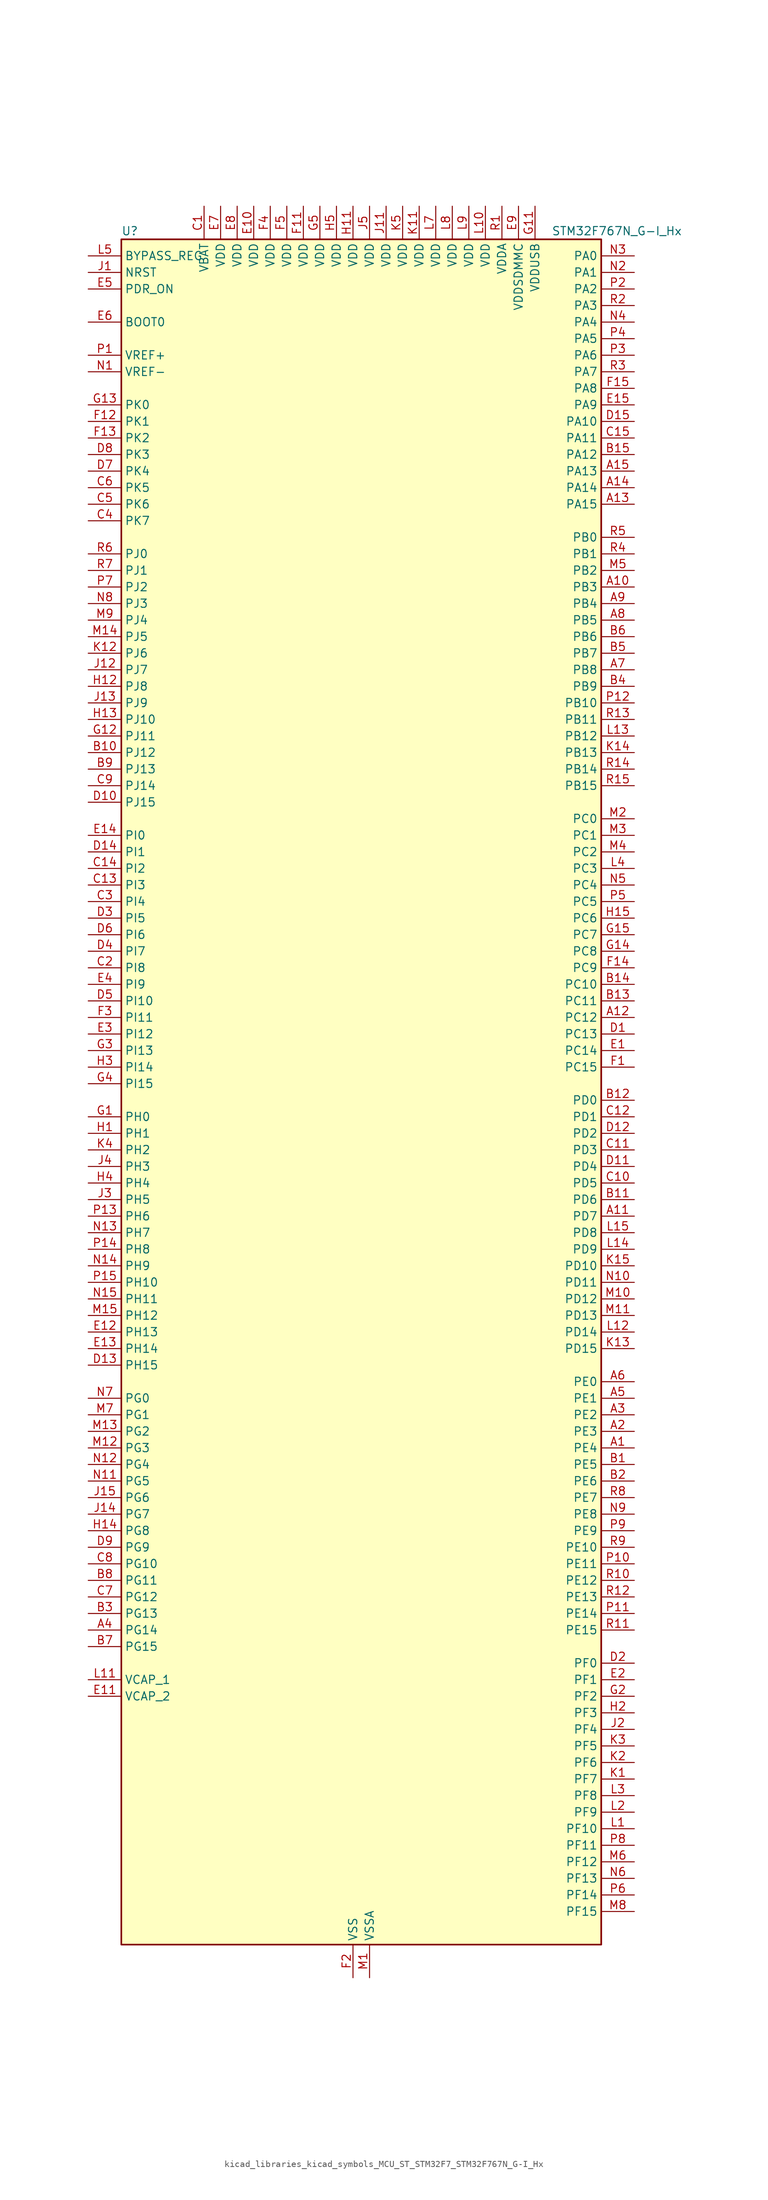
<source format=kicad_sym>
(kicad_symbol_lib
  (version 20220914)
  (generator kicad_symbol_editor)
  (symbol "kicad_libraries_kicad_symbols_MCU_ST_STM32F7_STM32F767N_G-I_Hx"
    (property "Reference" "U"
      (at -35.56 133.35 0)
      (effects (font (size 1.27 1.27)) (justify left)))
    (property "Value" "STM32F767N_G-I_Hx"
      (at 30.48 133.35 0)
      (effects (font (size 1.27 1.27)) (justify left)))
    (property "ki_locked" ""
      (at 0 0 0)
      (effects (font (size 1.27 1.27))))
    (symbol "kicad_libraries_kicad_symbols_MCU_ST_STM32F7_STM32F767N_G-I_Hx_0_1"
      (rectangle (start -35.56 -129.54) (end 38.1 132.08) (stroke (width 0.254) (type default)) (fill (type background))))
    (symbol "kicad_libraries_kicad_symbols_MCU_ST_STM32F7_STM32F767N_G-I_Hx_1_1"
      (pin bidirectional line (at 43.18 -53.34 180) (length 5.08) (name "PE4" (effects (font (size 1.27 1.27)))) (number "A1" (effects (font (size 1.27 1.27)))) (alternate "DCMI_D4" bidirectional line) (alternate "DFSDM1_DATIN3" bidirectional line) (alternate "FMC_A20" bidirectional line) (alternate "LTDC_B0" bidirectional line) (alternate "SAI1_FS_A" bidirectional line) (alternate "SPI4_NSS" bidirectional line) (alternate "SYS_TRACED1" bidirectional line))
      (pin bidirectional line (at 43.18 78.74 180) (length 5.08) (name "PB3" (effects (font (size 1.27 1.27)))) (number "A10" (effects (font (size 1.27 1.27)))) (alternate "CAN3_RX" bidirectional line) (alternate "I2S1_CK" bidirectional line) (alternate "I2S3_CK" bidirectional line) (alternate "SDMMC2_D2" bidirectional line) (alternate "SPI1_SCK" bidirectional line) (alternate "SPI3_SCK" bidirectional line) (alternate "SPI6_SCK" bidirectional line) (alternate "SYS_JTDO-SWO" bidirectional line) (alternate "TIM2_CH2" bidirectional line) (alternate "UART7_RX" bidirectional line))
      (pin bidirectional line (at 43.18 -17.78 180) (length 5.08) (name "PD7" (effects (font (size 1.27 1.27)))) (number "A11" (effects (font (size 1.27 1.27)))) (alternate "DFSDM1_CKIN1" bidirectional line) (alternate "DFSDM1_DATIN4" bidirectional line) (alternate "FMC_NE1" bidirectional line) (alternate "I2S1_SD" bidirectional line) (alternate "SDMMC2_CMD" bidirectional line) (alternate "SPDIFRX_IN0" bidirectional line) (alternate "SPI1_MOSI" bidirectional line) (alternate "USART2_CK" bidirectional line))
      (pin bidirectional line (at 43.18 12.7 180) (length 5.08) (name "PC12" (effects (font (size 1.27 1.27)))) (number "A12" (effects (font (size 1.27 1.27)))) (alternate "DCMI_D9" bidirectional line) (alternate "I2S3_SD" bidirectional line) (alternate "SDMMC1_CK" bidirectional line) (alternate "SPI3_MOSI" bidirectional line) (alternate "SYS_TRACED3" bidirectional line) (alternate "UART5_TX" bidirectional line) (alternate "USART3_CK" bidirectional line))
      (pin bidirectional line (at 43.18 91.44 180) (length 5.08) (name "PA15" (effects (font (size 1.27 1.27)))) (number "A13" (effects (font (size 1.27 1.27)))) (alternate "CAN3_TX" bidirectional line) (alternate "CEC" bidirectional line) (alternate "I2S1_WS" bidirectional line) (alternate "I2S3_WS" bidirectional line) (alternate "SPI1_NSS" bidirectional line) (alternate "SPI3_NSS" bidirectional line) (alternate "SPI6_NSS" bidirectional line) (alternate "SYS_JTDI" bidirectional line) (alternate "TIM2_CH1" bidirectional line) (alternate "TIM2_ETR" bidirectional line) (alternate "UART4_DE" bidirectional line) (alternate "UART4_RTS" bidirectional line) (alternate "UART7_TX" bidirectional line))
      (pin bidirectional line (at 43.18 93.98 180) (length 5.08) (name "PA14" (effects (font (size 1.27 1.27)))) (number "A14" (effects (font (size 1.27 1.27)))) (alternate "SYS_JTCK-SWCLK" bidirectional line))
      (pin bidirectional line (at 43.18 96.52 180) (length 5.08) (name "PA13" (effects (font (size 1.27 1.27)))) (number "A15" (effects (font (size 1.27 1.27)))) (alternate "SYS_JTMS-SWDIO" bidirectional line))
      (pin bidirectional line (at 43.18 -50.8 180) (length 5.08) (name "PE3" (effects (font (size 1.27 1.27)))) (number "A2" (effects (font (size 1.27 1.27)))) (alternate "FMC_A19" bidirectional line) (alternate "SAI1_SD_B" bidirectional line) (alternate "SYS_TRACED0" bidirectional line))
      (pin bidirectional line (at 43.18 -48.26 180) (length 5.08) (name "PE2" (effects (font (size 1.27 1.27)))) (number "A3" (effects (font (size 1.27 1.27)))) (alternate "ETH_TXD3" bidirectional line) (alternate "FMC_A23" bidirectional line) (alternate "QUADSPI_BK1_IO2" bidirectional line) (alternate "SAI1_MCLK_A" bidirectional line) (alternate "SPI4_SCK" bidirectional line) (alternate "SYS_TRACECLK" bidirectional line))
      (pin bidirectional line (at -40.64 -81.28 0) (length 5.08) (name "PG14" (effects (font (size 1.27 1.27)))) (number "A4" (effects (font (size 1.27 1.27)))) (alternate "ETH_TXD1" bidirectional line) (alternate "FMC_A25" bidirectional line) (alternate "LPTIM1_ETR" bidirectional line) (alternate "LTDC_B0" bidirectional line) (alternate "QUADSPI_BK2_IO3" bidirectional line) (alternate "SPI6_MOSI" bidirectional line) (alternate "SYS_TRACED1" bidirectional line) (alternate "USART6_TX" bidirectional line))
      (pin bidirectional line (at 43.18 -45.72 180) (length 5.08) (name "PE1" (effects (font (size 1.27 1.27)))) (number "A5" (effects (font (size 1.27 1.27)))) (alternate "DCMI_D3" bidirectional line) (alternate "FMC_NBL1" bidirectional line) (alternate "LPTIM1_IN2" bidirectional line) (alternate "UART8_TX" bidirectional line))
      (pin bidirectional line (at 43.18 -43.18 180) (length 5.08) (name "PE0" (effects (font (size 1.27 1.27)))) (number "A6" (effects (font (size 1.27 1.27)))) (alternate "DCMI_D2" bidirectional line) (alternate "FMC_NBL0" bidirectional line) (alternate "LPTIM1_ETR" bidirectional line) (alternate "SAI2_MCLK_A" bidirectional line) (alternate "TIM4_ETR" bidirectional line) (alternate "UART8_RX" bidirectional line))
      (pin bidirectional line (at 43.18 66.04 180) (length 5.08) (name "PB8" (effects (font (size 1.27 1.27)))) (number "A7" (effects (font (size 1.27 1.27)))) (alternate "CAN1_RX" bidirectional line) (alternate "DCMI_D6" bidirectional line) (alternate "DFSDM1_CKIN7" bidirectional line) (alternate "ETH_TXD3" bidirectional line) (alternate "I2C1_SCL" bidirectional line) (alternate "I2C4_SCL" bidirectional line) (alternate "LTDC_B6" bidirectional line) (alternate "SDMMC1_D4" bidirectional line) (alternate "SDMMC2_D4" bidirectional line) (alternate "TIM10_CH1" bidirectional line) (alternate "TIM4_CH3" bidirectional line) (alternate "UART5_RX" bidirectional line))
      (pin bidirectional line (at 43.18 73.66 180) (length 5.08) (name "PB5" (effects (font (size 1.27 1.27)))) (number "A8" (effects (font (size 1.27 1.27)))) (alternate "CAN2_RX" bidirectional line) (alternate "DCMI_D10" bidirectional line) (alternate "ETH_PPS_OUT" bidirectional line) (alternate "FMC_SDCKE1" bidirectional line) (alternate "I2C1_SMBA" bidirectional line) (alternate "I2S1_SD" bidirectional line) (alternate "I2S3_SD" bidirectional line) (alternate "LTDC_G7" bidirectional line) (alternate "SPI1_MOSI" bidirectional line) (alternate "SPI3_MOSI" bidirectional line) (alternate "SPI6_MOSI" bidirectional line) (alternate "TIM3_CH2" bidirectional line) (alternate "UART5_RX" bidirectional line) (alternate "USB_OTG_HS_ULPI_D7" bidirectional line))
      (pin bidirectional line (at 43.18 76.2 180) (length 5.08) (name "PB4" (effects (font (size 1.27 1.27)))) (number "A9" (effects (font (size 1.27 1.27)))) (alternate "CAN3_TX" bidirectional line) (alternate "I2S2_WS" bidirectional line) (alternate "SDMMC2_D3" bidirectional line) (alternate "SPI1_MISO" bidirectional line) (alternate "SPI2_NSS" bidirectional line) (alternate "SPI3_MISO" bidirectional line) (alternate "SPI6_MISO" bidirectional line) (alternate "SYS_JTRST" bidirectional line) (alternate "TIM3_CH1" bidirectional line) (alternate "UART7_TX" bidirectional line))
      (pin bidirectional line (at 43.18 -55.88 180) (length 5.08) (name "PE5" (effects (font (size 1.27 1.27)))) (number "B1" (effects (font (size 1.27 1.27)))) (alternate "DCMI_D6" bidirectional line) (alternate "DFSDM1_CKIN3" bidirectional line) (alternate "FMC_A21" bidirectional line) (alternate "LTDC_G0" bidirectional line) (alternate "SAI1_SCK_A" bidirectional line) (alternate "SPI4_MISO" bidirectional line) (alternate "SYS_TRACED2" bidirectional line) (alternate "TIM9_CH1" bidirectional line))
      (pin bidirectional line (at -40.64 53.34 0) (length 5.08) (name "PJ12" (effects (font (size 1.27 1.27)))) (number "B10" (effects (font (size 1.27 1.27)))) (alternate "LTDC_B0" bidirectional line) (alternate "LTDC_G3" bidirectional line))
      (pin bidirectional line (at 43.18 -15.24 180) (length 5.08) (name "PD6" (effects (font (size 1.27 1.27)))) (number "B11" (effects (font (size 1.27 1.27)))) (alternate "DCMI_D10" bidirectional line) (alternate "DFSDM1_CKIN4" bidirectional line) (alternate "DFSDM1_DATIN1" bidirectional line) (alternate "FMC_NWAIT" bidirectional line) (alternate "I2S3_SD" bidirectional line) (alternate "LTDC_B2" bidirectional line) (alternate "SAI1_SD_A" bidirectional line) (alternate "SDMMC2_CK" bidirectional line) (alternate "SPI3_MOSI" bidirectional line) (alternate "USART2_RX" bidirectional line))
      (pin bidirectional line (at 43.18 0 180) (length 5.08) (name "PD0" (effects (font (size 1.27 1.27)))) (number "B12" (effects (font (size 1.27 1.27)))) (alternate "CAN1_RX" bidirectional line) (alternate "DFSDM1_CKIN6" bidirectional line) (alternate "DFSDM1_DATIN7" bidirectional line) (alternate "FMC_D2" bidirectional line) (alternate "FMC_DA2" bidirectional line) (alternate "UART4_RX" bidirectional line))
      (pin bidirectional line (at 43.18 15.24 180) (length 5.08) (name "PC11" (effects (font (size 1.27 1.27)))) (number "B13" (effects (font (size 1.27 1.27)))) (alternate "ADC1_EXTI11" bidirectional line) (alternate "ADC2_EXTI11" bidirectional line) (alternate "ADC3_EXTI11" bidirectional line) (alternate "DCMI_D4" bidirectional line) (alternate "DFSDM1_DATIN5" bidirectional line) (alternate "QUADSPI_BK2_NCS" bidirectional line) (alternate "SDMMC1_D3" bidirectional line) (alternate "SPI3_MISO" bidirectional line) (alternate "UART4_RX" bidirectional line) (alternate "USART3_RX" bidirectional line))
      (pin bidirectional line (at 43.18 17.78 180) (length 5.08) (name "PC10" (effects (font (size 1.27 1.27)))) (number "B14" (effects (font (size 1.27 1.27)))) (alternate "DCMI_D8" bidirectional line) (alternate "DFSDM1_CKIN5" bidirectional line) (alternate "I2S3_CK" bidirectional line) (alternate "LTDC_R2" bidirectional line) (alternate "QUADSPI_BK1_IO1" bidirectional line) (alternate "SDMMC1_D2" bidirectional line) (alternate "SPI3_SCK" bidirectional line) (alternate "UART4_TX" bidirectional line) (alternate "USART3_TX" bidirectional line))
      (pin bidirectional line (at 43.18 99.06 180) (length 5.08) (name "PA12" (effects (font (size 1.27 1.27)))) (number "B15" (effects (font (size 1.27 1.27)))) (alternate "CAN1_TX" bidirectional line) (alternate "I2S2_CK" bidirectional line) (alternate "LTDC_R5" bidirectional line) (alternate "SAI2_FS_B" bidirectional line) (alternate "SPI2_SCK" bidirectional line) (alternate "TIM1_ETR" bidirectional line) (alternate "UART4_TX" bidirectional line) (alternate "USART1_DE" bidirectional line) (alternate "USART1_RTS" bidirectional line) (alternate "USB_OTG_FS_DP" bidirectional line))
      (pin bidirectional line (at 43.18 -58.42 180) (length 5.08) (name "PE6" (effects (font (size 1.27 1.27)))) (number "B2" (effects (font (size 1.27 1.27)))) (alternate "DCMI_D7" bidirectional line) (alternate "FMC_A22" bidirectional line) (alternate "LTDC_G1" bidirectional line) (alternate "SAI1_SD_A" bidirectional line) (alternate "SAI2_MCLK_B" bidirectional line) (alternate "SPI4_MOSI" bidirectional line) (alternate "SYS_TRACED3" bidirectional line) (alternate "TIM1_BKIN2" bidirectional line) (alternate "TIM9_CH2" bidirectional line))
      (pin bidirectional line (at -40.64 -78.74 0) (length 5.08) (name "PG13" (effects (font (size 1.27 1.27)))) (number "B3" (effects (font (size 1.27 1.27)))) (alternate "ETH_TXD0" bidirectional line) (alternate "FMC_A24" bidirectional line) (alternate "LPTIM1_OUT" bidirectional line) (alternate "LTDC_R0" bidirectional line) (alternate "SPI6_SCK" bidirectional line) (alternate "SYS_TRACED0" bidirectional line) (alternate "USART6_CTS" bidirectional line))
      (pin bidirectional line (at 43.18 63.5 180) (length 5.08) (name "PB9" (effects (font (size 1.27 1.27)))) (number "B4" (effects (font (size 1.27 1.27)))) (alternate "CAN1_TX" bidirectional line) (alternate "DAC_EXTI9" bidirectional line) (alternate "DCMI_D7" bidirectional line) (alternate "DFSDM1_DATIN7" bidirectional line) (alternate "I2C1_SDA" bidirectional line) (alternate "I2C4_SDA" bidirectional line) (alternate "I2C4_SMBA" bidirectional line) (alternate "I2S2_WS" bidirectional line) (alternate "LTDC_B7" bidirectional line) (alternate "SDMMC1_D5" bidirectional line) (alternate "SDMMC2_D5" bidirectional line) (alternate "SPI2_NSS" bidirectional line) (alternate "TIM11_CH1" bidirectional line) (alternate "TIM4_CH4" bidirectional line) (alternate "UART5_TX" bidirectional line))
      (pin bidirectional line (at 43.18 68.58 180) (length 5.08) (name "PB7" (effects (font (size 1.27 1.27)))) (number "B5" (effects (font (size 1.27 1.27)))) (alternate "DCMI_VSYNC" bidirectional line) (alternate "DFSDM1_CKIN5" bidirectional line) (alternate "FMC_NL" bidirectional line) (alternate "I2C1_SDA" bidirectional line) (alternate "I2C4_SDA" bidirectional line) (alternate "TIM4_CH2" bidirectional line) (alternate "USART1_RX" bidirectional line))
      (pin bidirectional line (at 43.18 71.12 180) (length 5.08) (name "PB6" (effects (font (size 1.27 1.27)))) (number "B6" (effects (font (size 1.27 1.27)))) (alternate "CAN2_TX" bidirectional line) (alternate "CEC" bidirectional line) (alternate "DCMI_D5" bidirectional line) (alternate "DFSDM1_DATIN5" bidirectional line) (alternate "FMC_SDNE1" bidirectional line) (alternate "I2C1_SCL" bidirectional line) (alternate "I2C4_SCL" bidirectional line) (alternate "QUADSPI_BK1_NCS" bidirectional line) (alternate "TIM4_CH1" bidirectional line) (alternate "UART5_TX" bidirectional line) (alternate "USART1_TX" bidirectional line))
      (pin bidirectional line (at -40.64 -83.82 0) (length 5.08) (name "PG15" (effects (font (size 1.27 1.27)))) (number "B7" (effects (font (size 1.27 1.27)))) (alternate "DCMI_D13" bidirectional line) (alternate "FMC_SDNCAS" bidirectional line) (alternate "USART6_CTS" bidirectional line))
      (pin bidirectional line (at -40.64 -73.66 0) (length 5.08) (name "PG11" (effects (font (size 1.27 1.27)))) (number "B8" (effects (font (size 1.27 1.27)))) (alternate "ADC1_EXTI11" bidirectional line) (alternate "ADC2_EXTI11" bidirectional line) (alternate "ADC3_EXTI11" bidirectional line) (alternate "DCMI_D3" bidirectional line) (alternate "ETH_TX_EN" bidirectional line) (alternate "I2S1_CK" bidirectional line) (alternate "LTDC_B3" bidirectional line) (alternate "SDMMC2_D2" bidirectional line) (alternate "SPDIFRX_IN0" bidirectional line) (alternate "SPI1_SCK" bidirectional line))
      (pin bidirectional line (at -40.64 50.8 0) (length 5.08) (name "PJ13" (effects (font (size 1.27 1.27)))) (number "B9" (effects (font (size 1.27 1.27)))) (alternate "LTDC_B1" bidirectional line) (alternate "LTDC_G4" bidirectional line))
      (pin power_in line (at -22.86 137.16 270) (length 5.08) (name "VBAT" (effects (font (size 1.27 1.27)))) (number "C1" (effects (font (size 1.27 1.27)))))
      (pin bidirectional line (at 43.18 -12.7 180) (length 5.08) (name "PD5" (effects (font (size 1.27 1.27)))) (number "C10" (effects (font (size 1.27 1.27)))) (alternate "FMC_NWE" bidirectional line) (alternate "USART2_TX" bidirectional line))
      (pin bidirectional line (at 43.18 -7.62 180) (length 5.08) (name "PD3" (effects (font (size 1.27 1.27)))) (number "C11" (effects (font (size 1.27 1.27)))) (alternate "DCMI_D5" bidirectional line) (alternate "DFSDM1_CKOUT" bidirectional line) (alternate "DFSDM1_DATIN0" bidirectional line) (alternate "FMC_CLK" bidirectional line) (alternate "I2S2_CK" bidirectional line) (alternate "LTDC_G7" bidirectional line) (alternate "SPI2_SCK" bidirectional line) (alternate "USART2_CTS" bidirectional line))
      (pin bidirectional line (at 43.18 -2.54 180) (length 5.08) (name "PD1" (effects (font (size 1.27 1.27)))) (number "C12" (effects (font (size 1.27 1.27)))) (alternate "CAN1_TX" bidirectional line) (alternate "DFSDM1_CKIN7" bidirectional line) (alternate "DFSDM1_DATIN6" bidirectional line) (alternate "FMC_D3" bidirectional line) (alternate "FMC_DA3" bidirectional line) (alternate "UART4_TX" bidirectional line))
      (pin bidirectional line (at -40.64 33.02 0) (length 5.08) (name "PI3" (effects (font (size 1.27 1.27)))) (number "C13" (effects (font (size 1.27 1.27)))) (alternate "DCMI_D10" bidirectional line) (alternate "FMC_D27" bidirectional line) (alternate "I2S2_SD" bidirectional line) (alternate "SPI2_MOSI" bidirectional line) (alternate "TIM8_ETR" bidirectional line))
      (pin bidirectional line (at -40.64 35.56 0) (length 5.08) (name "PI2" (effects (font (size 1.27 1.27)))) (number "C14" (effects (font (size 1.27 1.27)))) (alternate "DCMI_D9" bidirectional line) (alternate "FMC_D26" bidirectional line) (alternate "LTDC_G7" bidirectional line) (alternate "SPI2_MISO" bidirectional line) (alternate "TIM8_CH4" bidirectional line))
      (pin bidirectional line (at 43.18 101.6 180) (length 5.08) (name "PA11" (effects (font (size 1.27 1.27)))) (number "C15" (effects (font (size 1.27 1.27)))) (alternate "ADC1_EXTI11" bidirectional line) (alternate "ADC2_EXTI11" bidirectional line) (alternate "ADC3_EXTI11" bidirectional line) (alternate "CAN1_RX" bidirectional line) (alternate "I2S2_WS" bidirectional line) (alternate "LTDC_R4" bidirectional line) (alternate "SPI2_NSS" bidirectional line) (alternate "TIM1_CH4" bidirectional line) (alternate "UART4_RX" bidirectional line) (alternate "USART1_CTS" bidirectional line) (alternate "USB_OTG_FS_DM" bidirectional line))
      (pin bidirectional line (at -40.64 20.32 0) (length 5.08) (name "PI8" (effects (font (size 1.27 1.27)))) (number "C2" (effects (font (size 1.27 1.27)))) (alternate "RTC_TAMP2" bidirectional line) (alternate "RTC_TS" bidirectional line) (alternate "SYS_WKUP5" bidirectional line))
      (pin bidirectional line (at -40.64 30.48 0) (length 5.08) (name "PI4" (effects (font (size 1.27 1.27)))) (number "C3" (effects (font (size 1.27 1.27)))) (alternate "DCMI_D5" bidirectional line) (alternate "FMC_NBL2" bidirectional line) (alternate "LTDC_B4" bidirectional line) (alternate "SAI2_MCLK_A" bidirectional line) (alternate "TIM8_BKIN" bidirectional line))
      (pin bidirectional line (at -40.64 88.9 0) (length 5.08) (name "PK7" (effects (font (size 1.27 1.27)))) (number "C4" (effects (font (size 1.27 1.27)))) (alternate "LTDC_DE" bidirectional line))
      (pin bidirectional line (at -40.64 91.44 0) (length 5.08) (name "PK6" (effects (font (size 1.27 1.27)))) (number "C5" (effects (font (size 1.27 1.27)))) (alternate "LTDC_B7" bidirectional line))
      (pin bidirectional line (at -40.64 93.98 0) (length 5.08) (name "PK5" (effects (font (size 1.27 1.27)))) (number "C6" (effects (font (size 1.27 1.27)))) (alternate "LTDC_B6" bidirectional line))
      (pin bidirectional line (at -40.64 -76.2 0) (length 5.08) (name "PG12" (effects (font (size 1.27 1.27)))) (number "C7" (effects (font (size 1.27 1.27)))) (alternate "FMC_NE4" bidirectional line) (alternate "LPTIM1_IN1" bidirectional line) (alternate "LTDC_B1" bidirectional line) (alternate "LTDC_B4" bidirectional line) (alternate "SDMMC2_D3" bidirectional line) (alternate "SPDIFRX_IN1" bidirectional line) (alternate "SPI6_MISO" bidirectional line) (alternate "USART6_DE" bidirectional line) (alternate "USART6_RTS" bidirectional line))
      (pin bidirectional line (at -40.64 -71.12 0) (length 5.08) (name "PG10" (effects (font (size 1.27 1.27)))) (number "C8" (effects (font (size 1.27 1.27)))) (alternate "DCMI_D2" bidirectional line) (alternate "FMC_NE3" bidirectional line) (alternate "I2S1_WS" bidirectional line) (alternate "LTDC_B2" bidirectional line) (alternate "LTDC_G3" bidirectional line) (alternate "SAI2_SD_B" bidirectional line) (alternate "SDMMC2_D1" bidirectional line) (alternate "SPI1_NSS" bidirectional line))
      (pin bidirectional line (at -40.64 48.26 0) (length 5.08) (name "PJ14" (effects (font (size 1.27 1.27)))) (number "C9" (effects (font (size 1.27 1.27)))) (alternate "LTDC_B2" bidirectional line))
      (pin bidirectional line (at 43.18 10.16 180) (length 5.08) (name "PC13" (effects (font (size 1.27 1.27)))) (number "D1" (effects (font (size 1.27 1.27)))) (alternate "RTC_OUT" bidirectional line) (alternate "RTC_TAMP1" bidirectional line) (alternate "RTC_TS" bidirectional line) (alternate "SYS_WKUP4" bidirectional line))
      (pin bidirectional line (at -40.64 45.72 0) (length 5.08) (name "PJ15" (effects (font (size 1.27 1.27)))) (number "D10" (effects (font (size 1.27 1.27)))) (alternate "LTDC_B3" bidirectional line))
      (pin bidirectional line (at 43.18 -10.16 180) (length 5.08) (name "PD4" (effects (font (size 1.27 1.27)))) (number "D11" (effects (font (size 1.27 1.27)))) (alternate "DFSDM1_CKIN0" bidirectional line) (alternate "FMC_NOE" bidirectional line) (alternate "USART2_DE" bidirectional line) (alternate "USART2_RTS" bidirectional line))
      (pin bidirectional line (at 43.18 -5.08 180) (length 5.08) (name "PD2" (effects (font (size 1.27 1.27)))) (number "D12" (effects (font (size 1.27 1.27)))) (alternate "DCMI_D11" bidirectional line) (alternate "SDMMC1_CMD" bidirectional line) (alternate "SYS_TRACED2" bidirectional line) (alternate "TIM3_ETR" bidirectional line) (alternate "UART5_RX" bidirectional line))
      (pin bidirectional line (at -40.64 -40.64 0) (length 5.08) (name "PH15" (effects (font (size 1.27 1.27)))) (number "D13" (effects (font (size 1.27 1.27)))) (alternate "DCMI_D11" bidirectional line) (alternate "FMC_D23" bidirectional line) (alternate "LTDC_G4" bidirectional line) (alternate "TIM8_CH3N" bidirectional line))
      (pin bidirectional line (at -40.64 38.1 0) (length 5.08) (name "PI1" (effects (font (size 1.27 1.27)))) (number "D14" (effects (font (size 1.27 1.27)))) (alternate "DCMI_D8" bidirectional line) (alternate "FMC_D25" bidirectional line) (alternate "I2S2_CK" bidirectional line) (alternate "LTDC_G6" bidirectional line) (alternate "SPI2_SCK" bidirectional line) (alternate "TIM8_BKIN2" bidirectional line))
      (pin bidirectional line (at 43.18 104.14 180) (length 5.08) (name "PA10" (effects (font (size 1.27 1.27)))) (number "D15" (effects (font (size 1.27 1.27)))) (alternate "DCMI_D1" bidirectional line) (alternate "LTDC_B1" bidirectional line) (alternate "LTDC_B4" bidirectional line) (alternate "MDIOS_MDIO" bidirectional line) (alternate "TIM1_CH3" bidirectional line) (alternate "USART1_RX" bidirectional line) (alternate "USB_OTG_FS_ID" bidirectional line))
      (pin bidirectional line (at 43.18 -86.36 180) (length 5.08) (name "PF0" (effects (font (size 1.27 1.27)))) (number "D2" (effects (font (size 1.27 1.27)))) (alternate "FMC_A0" bidirectional line) (alternate "I2C2_SDA" bidirectional line))
      (pin bidirectional line (at -40.64 27.94 0) (length 5.08) (name "PI5" (effects (font (size 1.27 1.27)))) (number "D3" (effects (font (size 1.27 1.27)))) (alternate "DCMI_VSYNC" bidirectional line) (alternate "FMC_NBL3" bidirectional line) (alternate "LTDC_B5" bidirectional line) (alternate "SAI2_SCK_A" bidirectional line) (alternate "TIM8_CH1" bidirectional line))
      (pin bidirectional line (at -40.64 22.86 0) (length 5.08) (name "PI7" (effects (font (size 1.27 1.27)))) (number "D4" (effects (font (size 1.27 1.27)))) (alternate "DCMI_D7" bidirectional line) (alternate "FMC_D29" bidirectional line) (alternate "LTDC_B7" bidirectional line) (alternate "SAI2_FS_A" bidirectional line) (alternate "TIM8_CH3" bidirectional line))
      (pin bidirectional line (at -40.64 15.24 0) (length 5.08) (name "PI10" (effects (font (size 1.27 1.27)))) (number "D5" (effects (font (size 1.27 1.27)))) (alternate "ETH_RX_ER" bidirectional line) (alternate "FMC_D31" bidirectional line) (alternate "LTDC_HSYNC" bidirectional line))
      (pin bidirectional line (at -40.64 25.4 0) (length 5.08) (name "PI6" (effects (font (size 1.27 1.27)))) (number "D6" (effects (font (size 1.27 1.27)))) (alternate "DCMI_D6" bidirectional line) (alternate "FMC_D28" bidirectional line) (alternate "LTDC_B6" bidirectional line) (alternate "SAI2_SD_A" bidirectional line) (alternate "TIM8_CH2" bidirectional line))
      (pin bidirectional line (at -40.64 96.52 0) (length 5.08) (name "PK4" (effects (font (size 1.27 1.27)))) (number "D7" (effects (font (size 1.27 1.27)))) (alternate "LTDC_B5" bidirectional line))
      (pin bidirectional line (at -40.64 99.06 0) (length 5.08) (name "PK3" (effects (font (size 1.27 1.27)))) (number "D8" (effects (font (size 1.27 1.27)))) (alternate "LTDC_B4" bidirectional line))
      (pin bidirectional line (at -40.64 -68.58 0) (length 5.08) (name "PG9" (effects (font (size 1.27 1.27)))) (number "D9" (effects (font (size 1.27 1.27)))) (alternate "DAC_EXTI9" bidirectional line) (alternate "DCMI_VSYNC" bidirectional line) (alternate "FMC_NCE" bidirectional line) (alternate "FMC_NE2" bidirectional line) (alternate "QUADSPI_BK2_IO2" bidirectional line) (alternate "SAI2_FS_B" bidirectional line) (alternate "SDMMC2_D0" bidirectional line) (alternate "SPDIFRX_IN3" bidirectional line) (alternate "SPI1_MISO" bidirectional line) (alternate "USART6_RX" bidirectional line))
      (pin bidirectional line (at 43.18 7.62 180) (length 5.08) (name "PC14" (effects (font (size 1.27 1.27)))) (number "E1" (effects (font (size 1.27 1.27)))) (alternate "RCC_OSC32_IN" bidirectional line))
      (pin power_in line (at -15.24 137.16 270) (length 5.08) (name "VDD" (effects (font (size 1.27 1.27)))) (number "E10" (effects (font (size 1.27 1.27)))))
      (pin power_out line (at -40.64 -91.44 0) (length 5.08) (name "VCAP_2" (effects (font (size 1.27 1.27)))) (number "E11" (effects (font (size 1.27 1.27)))))
      (pin bidirectional line (at -40.64 -35.56 0) (length 5.08) (name "PH13" (effects (font (size 1.27 1.27)))) (number "E12" (effects (font (size 1.27 1.27)))) (alternate "CAN1_TX" bidirectional line) (alternate "FMC_D21" bidirectional line) (alternate "LTDC_G2" bidirectional line) (alternate "TIM8_CH1N" bidirectional line) (alternate "UART4_TX" bidirectional line))
      (pin bidirectional line (at -40.64 -38.1 0) (length 5.08) (name "PH14" (effects (font (size 1.27 1.27)))) (number "E13" (effects (font (size 1.27 1.27)))) (alternate "CAN1_RX" bidirectional line) (alternate "DCMI_D4" bidirectional line) (alternate "FMC_D22" bidirectional line) (alternate "LTDC_G3" bidirectional line) (alternate "TIM8_CH2N" bidirectional line) (alternate "UART4_RX" bidirectional line))
      (pin bidirectional line (at -40.64 40.64 0) (length 5.08) (name "PI0" (effects (font (size 1.27 1.27)))) (number "E14" (effects (font (size 1.27 1.27)))) (alternate "DCMI_D13" bidirectional line) (alternate "FMC_D24" bidirectional line) (alternate "I2S2_WS" bidirectional line) (alternate "LTDC_G5" bidirectional line) (alternate "SPI2_NSS" bidirectional line) (alternate "TIM5_CH4" bidirectional line))
      (pin bidirectional line (at 43.18 106.68 180) (length 5.08) (name "PA9" (effects (font (size 1.27 1.27)))) (number "E15" (effects (font (size 1.27 1.27)))) (alternate "DAC_EXTI9" bidirectional line) (alternate "DCMI_D0" bidirectional line) (alternate "I2C3_SMBA" bidirectional line) (alternate "I2S2_CK" bidirectional line) (alternate "LTDC_R5" bidirectional line) (alternate "SPI2_SCK" bidirectional line) (alternate "TIM1_CH2" bidirectional line) (alternate "USART1_TX" bidirectional line) (alternate "USB_OTG_FS_VBUS" bidirectional line))
      (pin bidirectional line (at 43.18 -88.9 180) (length 5.08) (name "PF1" (effects (font (size 1.27 1.27)))) (number "E2" (effects (font (size 1.27 1.27)))) (alternate "FMC_A1" bidirectional line) (alternate "I2C2_SCL" bidirectional line))
      (pin bidirectional line (at -40.64 10.16 0) (length 5.08) (name "PI12" (effects (font (size 1.27 1.27)))) (number "E3" (effects (font (size 1.27 1.27)))) (alternate "LTDC_HSYNC" bidirectional line))
      (pin bidirectional line (at -40.64 17.78 0) (length 5.08) (name "PI9" (effects (font (size 1.27 1.27)))) (number "E4" (effects (font (size 1.27 1.27)))) (alternate "CAN1_RX" bidirectional line) (alternate "DAC_EXTI9" bidirectional line) (alternate "FMC_D30" bidirectional line) (alternate "LTDC_VSYNC" bidirectional line) (alternate "UART4_RX" bidirectional line))
      (pin input line (at -40.64 124.46 0) (length 5.08) (name "PDR_ON" (effects (font (size 1.27 1.27)))) (number "E5" (effects (font (size 1.27 1.27)))))
      (pin input line (at -40.64 119.38 0) (length 5.08) (name "BOOT0" (effects (font (size 1.27 1.27)))) (number "E6" (effects (font (size 1.27 1.27)))))
      (pin power_in line (at -20.32 137.16 270) (length 5.08) (name "VDD" (effects (font (size 1.27 1.27)))) (number "E7" (effects (font (size 1.27 1.27)))))
      (pin power_in line (at -17.78 137.16 270) (length 5.08) (name "VDD" (effects (font (size 1.27 1.27)))) (number "E8" (effects (font (size 1.27 1.27)))))
      (pin power_in line (at 25.4 137.16 270) (length 5.08) (name "VDDSDMMC" (effects (font (size 1.27 1.27)))) (number "E9" (effects (font (size 1.27 1.27)))))
      (pin bidirectional line (at 43.18 5.08 180) (length 5.08) (name "PC15" (effects (font (size 1.27 1.27)))) (number "F1" (effects (font (size 1.27 1.27)))) (alternate "RCC_OSC32_OUT" bidirectional line))
      (pin passive line (at 0 -134.62 90) (length 5.08) hide (name "VSS" (effects (font (size 1.27 1.27)))) (number "F10" (effects (font (size 1.27 1.27)))))
      (pin power_in line (at -7.62 137.16 270) (length 5.08) (name "VDD" (effects (font (size 1.27 1.27)))) (number "F11" (effects (font (size 1.27 1.27)))))
      (pin bidirectional line (at -40.64 104.14 0) (length 5.08) (name "PK1" (effects (font (size 1.27 1.27)))) (number "F12" (effects (font (size 1.27 1.27)))) (alternate "LTDC_G6" bidirectional line))
      (pin bidirectional line (at -40.64 101.6 0) (length 5.08) (name "PK2" (effects (font (size 1.27 1.27)))) (number "F13" (effects (font (size 1.27 1.27)))) (alternate "LTDC_G7" bidirectional line))
      (pin bidirectional line (at 43.18 20.32 180) (length 5.08) (name "PC9" (effects (font (size 1.27 1.27)))) (number "F14" (effects (font (size 1.27 1.27)))) (alternate "DAC_EXTI9" bidirectional line) (alternate "DCMI_D3" bidirectional line) (alternate "I2C3_SDA" bidirectional line) (alternate "I2S_CKIN" bidirectional line) (alternate "LTDC_B2" bidirectional line) (alternate "LTDC_G3" bidirectional line) (alternate "QUADSPI_BK1_IO0" bidirectional line) (alternate "RCC_MCO_2" bidirectional line) (alternate "SDMMC1_D1" bidirectional line) (alternate "TIM3_CH4" bidirectional line) (alternate "TIM8_CH4" bidirectional line) (alternate "UART5_CTS" bidirectional line))
      (pin bidirectional line (at 43.18 109.22 180) (length 5.08) (name "PA8" (effects (font (size 1.27 1.27)))) (number "F15" (effects (font (size 1.27 1.27)))) (alternate "CAN3_RX" bidirectional line) (alternate "I2C3_SCL" bidirectional line) (alternate "LTDC_B3" bidirectional line) (alternate "LTDC_R6" bidirectional line) (alternate "RCC_MCO_1" bidirectional line) (alternate "TIM1_CH1" bidirectional line) (alternate "TIM8_BKIN2" bidirectional line) (alternate "UART7_RX" bidirectional line) (alternate "USART1_CK" bidirectional line) (alternate "USB_OTG_FS_SOF" bidirectional line))
      (pin power_in line (at 0 -134.62 90) (length 5.08) (name "VSS" (effects (font (size 1.27 1.27)))) (number "F2" (effects (font (size 1.27 1.27)))))
      (pin bidirectional line (at -40.64 12.7 0) (length 5.08) (name "PI11" (effects (font (size 1.27 1.27)))) (number "F3" (effects (font (size 1.27 1.27)))) (alternate "ADC1_EXTI11" bidirectional line) (alternate "ADC2_EXTI11" bidirectional line) (alternate "ADC3_EXTI11" bidirectional line) (alternate "LTDC_G6" bidirectional line) (alternate "SYS_WKUP6" bidirectional line) (alternate "USB_OTG_HS_ULPI_DIR" bidirectional line))
      (pin power_in line (at -12.7 137.16 270) (length 5.08) (name "VDD" (effects (font (size 1.27 1.27)))) (number "F4" (effects (font (size 1.27 1.27)))))
      (pin power_in line (at -10.16 137.16 270) (length 5.08) (name "VDD" (effects (font (size 1.27 1.27)))) (number "F5" (effects (font (size 1.27 1.27)))))
      (pin passive line (at 0 -134.62 90) (length 5.08) hide (name "VSS" (effects (font (size 1.27 1.27)))) (number "F6" (effects (font (size 1.27 1.27)))))
      (pin passive line (at 0 -134.62 90) (length 5.08) hide (name "VSS" (effects (font (size 1.27 1.27)))) (number "F7" (effects (font (size 1.27 1.27)))))
      (pin passive line (at 0 -134.62 90) (length 5.08) hide (name "VSS" (effects (font (size 1.27 1.27)))) (number "F8" (effects (font (size 1.27 1.27)))))
      (pin passive line (at 0 -134.62 90) (length 5.08) hide (name "VSS" (effects (font (size 1.27 1.27)))) (number "F9" (effects (font (size 1.27 1.27)))))
      (pin bidirectional line (at -40.64 -2.54 0) (length 5.08) (name "PH0" (effects (font (size 1.27 1.27)))) (number "G1" (effects (font (size 1.27 1.27)))) (alternate "RCC_OSC_IN" bidirectional line))
      (pin passive line (at 0 -134.62 90) (length 5.08) hide (name "VSS" (effects (font (size 1.27 1.27)))) (number "G10" (effects (font (size 1.27 1.27)))))
      (pin power_in line (at 27.94 137.16 270) (length 5.08) (name "VDDUSB" (effects (font (size 1.27 1.27)))) (number "G11" (effects (font (size 1.27 1.27)))))
      (pin bidirectional line (at -40.64 55.88 0) (length 5.08) (name "PJ11" (effects (font (size 1.27 1.27)))) (number "G12" (effects (font (size 1.27 1.27)))) (alternate "ADC1_EXTI11" bidirectional line) (alternate "ADC2_EXTI11" bidirectional line) (alternate "ADC3_EXTI11" bidirectional line) (alternate "LTDC_G4" bidirectional line))
      (pin bidirectional line (at -40.64 106.68 0) (length 5.08) (name "PK0" (effects (font (size 1.27 1.27)))) (number "G13" (effects (font (size 1.27 1.27)))) (alternate "LTDC_G5" bidirectional line))
      (pin bidirectional line (at 43.18 22.86 180) (length 5.08) (name "PC8" (effects (font (size 1.27 1.27)))) (number "G14" (effects (font (size 1.27 1.27)))) (alternate "DCMI_D2" bidirectional line) (alternate "FMC_NCE" bidirectional line) (alternate "FMC_NE2" bidirectional line) (alternate "SDMMC1_D0" bidirectional line) (alternate "SYS_TRACED1" bidirectional line) (alternate "TIM3_CH3" bidirectional line) (alternate "TIM8_CH3" bidirectional line) (alternate "UART5_DE" bidirectional line) (alternate "UART5_RTS" bidirectional line) (alternate "USART6_CK" bidirectional line))
      (pin bidirectional line (at 43.18 25.4 180) (length 5.08) (name "PC7" (effects (font (size 1.27 1.27)))) (number "G15" (effects (font (size 1.27 1.27)))) (alternate "DCMI_D1" bidirectional line) (alternate "DFSDM1_DATIN3" bidirectional line) (alternate "FMC_NE1" bidirectional line) (alternate "I2S3_MCK" bidirectional line) (alternate "LTDC_G6" bidirectional line) (alternate "SDMMC1_D7" bidirectional line) (alternate "SDMMC2_D7" bidirectional line) (alternate "TIM3_CH2" bidirectional line) (alternate "TIM8_CH2" bidirectional line) (alternate "USART6_RX" bidirectional line))
      (pin bidirectional line (at 43.18 -91.44 180) (length 5.08) (name "PF2" (effects (font (size 1.27 1.27)))) (number "G2" (effects (font (size 1.27 1.27)))) (alternate "FMC_A2" bidirectional line) (alternate "I2C2_SMBA" bidirectional line))
      (pin bidirectional line (at -40.64 7.62 0) (length 5.08) (name "PI13" (effects (font (size 1.27 1.27)))) (number "G3" (effects (font (size 1.27 1.27)))) (alternate "LTDC_VSYNC" bidirectional line))
      (pin bidirectional line (at -40.64 2.54 0) (length 5.08) (name "PI15" (effects (font (size 1.27 1.27)))) (number "G4" (effects (font (size 1.27 1.27)))) (alternate "LTDC_G2" bidirectional line) (alternate "LTDC_R0" bidirectional line))
      (pin power_in line (at -5.08 137.16 270) (length 5.08) (name "VDD" (effects (font (size 1.27 1.27)))) (number "G5" (effects (font (size 1.27 1.27)))))
      (pin passive line (at 0 -134.62 90) (length 5.08) hide (name "VSS" (effects (font (size 1.27 1.27)))) (number "G6" (effects (font (size 1.27 1.27)))))
      (pin bidirectional line (at -40.64 -5.08 0) (length 5.08) (name "PH1" (effects (font (size 1.27 1.27)))) (number "H1" (effects (font (size 1.27 1.27)))) (alternate "RCC_OSC_OUT" bidirectional line))
      (pin passive line (at 0 -134.62 90) (length 5.08) hide (name "VSS" (effects (font (size 1.27 1.27)))) (number "H10" (effects (font (size 1.27 1.27)))))
      (pin power_in line (at 0 137.16 270) (length 5.08) (name "VDD" (effects (font (size 1.27 1.27)))) (number "H11" (effects (font (size 1.27 1.27)))))
      (pin bidirectional line (at -40.64 63.5 0) (length 5.08) (name "PJ8" (effects (font (size 1.27 1.27)))) (number "H12" (effects (font (size 1.27 1.27)))) (alternate "LTDC_G1" bidirectional line))
      (pin bidirectional line (at -40.64 58.42 0) (length 5.08) (name "PJ10" (effects (font (size 1.27 1.27)))) (number "H13" (effects (font (size 1.27 1.27)))) (alternate "LTDC_G3" bidirectional line))
      (pin bidirectional line (at -40.64 -66.04 0) (length 5.08) (name "PG8" (effects (font (size 1.27 1.27)))) (number "H14" (effects (font (size 1.27 1.27)))) (alternate "ETH_PPS_OUT" bidirectional line) (alternate "FMC_SDCLK" bidirectional line) (alternate "LTDC_G7" bidirectional line) (alternate "SPDIFRX_IN2" bidirectional line) (alternate "SPI6_NSS" bidirectional line) (alternate "USART6_DE" bidirectional line) (alternate "USART6_RTS" bidirectional line))
      (pin bidirectional line (at 43.18 27.94 180) (length 5.08) (name "PC6" (effects (font (size 1.27 1.27)))) (number "H15" (effects (font (size 1.27 1.27)))) (alternate "DCMI_D0" bidirectional line) (alternate "DFSDM1_CKIN3" bidirectional line) (alternate "FMC_NWAIT" bidirectional line) (alternate "I2S2_MCK" bidirectional line) (alternate "LTDC_HSYNC" bidirectional line) (alternate "SDMMC1_D6" bidirectional line) (alternate "SDMMC2_D6" bidirectional line) (alternate "TIM3_CH1" bidirectional line) (alternate "TIM8_CH1" bidirectional line) (alternate "USART6_TX" bidirectional line))
      (pin bidirectional line (at 43.18 -93.98 180) (length 5.08) (name "PF3" (effects (font (size 1.27 1.27)))) (number "H2" (effects (font (size 1.27 1.27)))) (alternate "ADC3_IN9" bidirectional line) (alternate "FMC_A3" bidirectional line))
      (pin bidirectional line (at -40.64 5.08 0) (length 5.08) (name "PI14" (effects (font (size 1.27 1.27)))) (number "H3" (effects (font (size 1.27 1.27)))) (alternate "LTDC_CLK" bidirectional line))
      (pin bidirectional line (at -40.64 -12.7 0) (length 5.08) (name "PH4" (effects (font (size 1.27 1.27)))) (number "H4" (effects (font (size 1.27 1.27)))) (alternate "I2C2_SCL" bidirectional line) (alternate "LTDC_G4" bidirectional line) (alternate "LTDC_G5" bidirectional line) (alternate "USB_OTG_HS_ULPI_NXT" bidirectional line))
      (pin power_in line (at -2.54 137.16 270) (length 5.08) (name "VDD" (effects (font (size 1.27 1.27)))) (number "H5" (effects (font (size 1.27 1.27)))))
      (pin passive line (at 0 -134.62 90) (length 5.08) hide (name "VSS" (effects (font (size 1.27 1.27)))) (number "H6" (effects (font (size 1.27 1.27)))))
      (pin input line (at -40.64 127 0) (length 5.08) (name "NRST" (effects (font (size 1.27 1.27)))) (number "J1" (effects (font (size 1.27 1.27)))))
      (pin passive line (at 0 -134.62 90) (length 5.08) hide (name "VSS" (effects (font (size 1.27 1.27)))) (number "J10" (effects (font (size 1.27 1.27)))))
      (pin power_in line (at 5.08 137.16 270) (length 5.08) (name "VDD" (effects (font (size 1.27 1.27)))) (number "J11" (effects (font (size 1.27 1.27)))))
      (pin bidirectional line (at -40.64 66.04 0) (length 5.08) (name "PJ7" (effects (font (size 1.27 1.27)))) (number "J12" (effects (font (size 1.27 1.27)))) (alternate "LTDC_G0" bidirectional line))
      (pin bidirectional line (at -40.64 60.96 0) (length 5.08) (name "PJ9" (effects (font (size 1.27 1.27)))) (number "J13" (effects (font (size 1.27 1.27)))) (alternate "DAC_EXTI9" bidirectional line) (alternate "LTDC_G2" bidirectional line))
      (pin bidirectional line (at -40.64 -63.5 0) (length 5.08) (name "PG7" (effects (font (size 1.27 1.27)))) (number "J14" (effects (font (size 1.27 1.27)))) (alternate "DCMI_D13" bidirectional line) (alternate "FMC_INT" bidirectional line) (alternate "LTDC_CLK" bidirectional line) (alternate "SAI1_MCLK_A" bidirectional line) (alternate "USART6_CK" bidirectional line))
      (pin bidirectional line (at -40.64 -60.96 0) (length 5.08) (name "PG6" (effects (font (size 1.27 1.27)))) (number "J15" (effects (font (size 1.27 1.27)))) (alternate "DCMI_D12" bidirectional line) (alternate "FMC_NE3" bidirectional line) (alternate "LTDC_R7" bidirectional line))
      (pin bidirectional line (at 43.18 -96.52 180) (length 5.08) (name "PF4" (effects (font (size 1.27 1.27)))) (number "J2" (effects (font (size 1.27 1.27)))) (alternate "ADC3_IN14" bidirectional line) (alternate "FMC_A4" bidirectional line))
      (pin bidirectional line (at -40.64 -15.24 0) (length 5.08) (name "PH5" (effects (font (size 1.27 1.27)))) (number "J3" (effects (font (size 1.27 1.27)))) (alternate "FMC_SDNWE" bidirectional line) (alternate "I2C2_SDA" bidirectional line) (alternate "SPI5_NSS" bidirectional line))
      (pin bidirectional line (at -40.64 -10.16 0) (length 5.08) (name "PH3" (effects (font (size 1.27 1.27)))) (number "J4" (effects (font (size 1.27 1.27)))) (alternate "ETH_COL" bidirectional line) (alternate "FMC_SDNE0" bidirectional line) (alternate "LTDC_R1" bidirectional line) (alternate "QUADSPI_BK2_IO1" bidirectional line) (alternate "SAI2_MCLK_B" bidirectional line))
      (pin power_in line (at 2.54 137.16 270) (length 5.08) (name "VDD" (effects (font (size 1.27 1.27)))) (number "J5" (effects (font (size 1.27 1.27)))))
      (pin passive line (at 0 -134.62 90) (length 5.08) hide (name "VSS" (effects (font (size 1.27 1.27)))) (number "J6" (effects (font (size 1.27 1.27)))))
      (pin bidirectional line (at 43.18 -104.14 180) (length 5.08) (name "PF7" (effects (font (size 1.27 1.27)))) (number "K1" (effects (font (size 1.27 1.27)))) (alternate "ADC3_IN5" bidirectional line) (alternate "QUADSPI_BK1_IO2" bidirectional line) (alternate "SAI1_MCLK_B" bidirectional line) (alternate "SPI5_SCK" bidirectional line) (alternate "TIM11_CH1" bidirectional line) (alternate "UART7_TX" bidirectional line))
      (pin passive line (at 0 -134.62 90) (length 5.08) hide (name "VSS" (effects (font (size 1.27 1.27)))) (number "K10" (effects (font (size 1.27 1.27)))))
      (pin power_in line (at 10.16 137.16 270) (length 5.08) (name "VDD" (effects (font (size 1.27 1.27)))) (number "K11" (effects (font (size 1.27 1.27)))))
      (pin bidirectional line (at -40.64 68.58 0) (length 5.08) (name "PJ6" (effects (font (size 1.27 1.27)))) (number "K12" (effects (font (size 1.27 1.27)))) (alternate "LTDC_R7" bidirectional line))
      (pin bidirectional line (at 43.18 -38.1 180) (length 5.08) (name "PD15" (effects (font (size 1.27 1.27)))) (number "K13" (effects (font (size 1.27 1.27)))) (alternate "FMC_D1" bidirectional line) (alternate "FMC_DA1" bidirectional line) (alternate "TIM4_CH4" bidirectional line) (alternate "UART8_DE" bidirectional line) (alternate "UART8_RTS" bidirectional line))
      (pin bidirectional line (at 43.18 53.34 180) (length 5.08) (name "PB13" (effects (font (size 1.27 1.27)))) (number "K14" (effects (font (size 1.27 1.27)))) (alternate "CAN2_TX" bidirectional line) (alternate "DFSDM1_CKIN1" bidirectional line) (alternate "ETH_TXD1" bidirectional line) (alternate "I2S2_CK" bidirectional line) (alternate "SPI2_SCK" bidirectional line) (alternate "TIM1_CH1N" bidirectional line) (alternate "UART5_TX" bidirectional line) (alternate "USART3_CTS" bidirectional line) (alternate "USB_OTG_HS_ULPI_D6" bidirectional line) (alternate "USB_OTG_HS_VBUS" bidirectional line))
      (pin bidirectional line (at 43.18 -25.4 180) (length 5.08) (name "PD10" (effects (font (size 1.27 1.27)))) (number "K15" (effects (font (size 1.27 1.27)))) (alternate "DFSDM1_CKOUT" bidirectional line) (alternate "FMC_D15" bidirectional line) (alternate "FMC_DA15" bidirectional line) (alternate "LTDC_B3" bidirectional line) (alternate "USART3_CK" bidirectional line))
      (pin bidirectional line (at 43.18 -101.6 180) (length 5.08) (name "PF6" (effects (font (size 1.27 1.27)))) (number "K2" (effects (font (size 1.27 1.27)))) (alternate "ADC3_IN4" bidirectional line) (alternate "QUADSPI_BK1_IO3" bidirectional line) (alternate "SAI1_SD_B" bidirectional line) (alternate "SPI5_NSS" bidirectional line) (alternate "TIM10_CH1" bidirectional line) (alternate "UART7_RX" bidirectional line))
      (pin bidirectional line (at 43.18 -99.06 180) (length 5.08) (name "PF5" (effects (font (size 1.27 1.27)))) (number "K3" (effects (font (size 1.27 1.27)))) (alternate "ADC3_IN15" bidirectional line) (alternate "FMC_A5" bidirectional line))
      (pin bidirectional line (at -40.64 -7.62 0) (length 5.08) (name "PH2" (effects (font (size 1.27 1.27)))) (number "K4" (effects (font (size 1.27 1.27)))) (alternate "ETH_CRS" bidirectional line) (alternate "FMC_SDCKE0" bidirectional line) (alternate "LPTIM1_IN2" bidirectional line) (alternate "LTDC_R0" bidirectional line) (alternate "QUADSPI_BK2_IO0" bidirectional line) (alternate "SAI2_SCK_B" bidirectional line))
      (pin power_in line (at 7.62 137.16 270) (length 5.08) (name "VDD" (effects (font (size 1.27 1.27)))) (number "K5" (effects (font (size 1.27 1.27)))))
      (pin passive line (at 0 -134.62 90) (length 5.08) hide (name "VSS" (effects (font (size 1.27 1.27)))) (number "K6" (effects (font (size 1.27 1.27)))))
      (pin passive line (at 0 -134.62 90) (length 5.08) hide (name "VSS" (effects (font (size 1.27 1.27)))) (number "K7" (effects (font (size 1.27 1.27)))))
      (pin passive line (at 0 -134.62 90) (length 5.08) hide (name "VSS" (effects (font (size 1.27 1.27)))) (number "K8" (effects (font (size 1.27 1.27)))))
      (pin passive line (at 0 -134.62 90) (length 5.08) hide (name "VSS" (effects (font (size 1.27 1.27)))) (number "K9" (effects (font (size 1.27 1.27)))))
      (pin bidirectional line (at 43.18 -111.76 180) (length 5.08) (name "PF10" (effects (font (size 1.27 1.27)))) (number "L1" (effects (font (size 1.27 1.27)))) (alternate "ADC3_IN8" bidirectional line) (alternate "DCMI_D11" bidirectional line) (alternate "LTDC_DE" bidirectional line) (alternate "QUADSPI_CLK" bidirectional line))
      (pin power_in line (at 20.32 137.16 270) (length 5.08) (name "VDD" (effects (font (size 1.27 1.27)))) (number "L10" (effects (font (size 1.27 1.27)))))
      (pin power_out line (at -40.64 -88.9 0) (length 5.08) (name "VCAP_1" (effects (font (size 1.27 1.27)))) (number "L11" (effects (font (size 1.27 1.27)))))
      (pin bidirectional line (at 43.18 -35.56 180) (length 5.08) (name "PD14" (effects (font (size 1.27 1.27)))) (number "L12" (effects (font (size 1.27 1.27)))) (alternate "FMC_D0" bidirectional line) (alternate "FMC_DA0" bidirectional line) (alternate "TIM4_CH3" bidirectional line) (alternate "UART8_CTS" bidirectional line))
      (pin bidirectional line (at 43.18 55.88 180) (length 5.08) (name "PB12" (effects (font (size 1.27 1.27)))) (number "L13" (effects (font (size 1.27 1.27)))) (alternate "CAN2_RX" bidirectional line) (alternate "DFSDM1_DATIN1" bidirectional line) (alternate "ETH_TXD0" bidirectional line) (alternate "I2C2_SMBA" bidirectional line) (alternate "I2S2_WS" bidirectional line) (alternate "SPI2_NSS" bidirectional line) (alternate "TIM1_BKIN" bidirectional line) (alternate "UART5_RX" bidirectional line) (alternate "USART3_CK" bidirectional line) (alternate "USB_OTG_HS_ID" bidirectional line) (alternate "USB_OTG_HS_ULPI_D5" bidirectional line))
      (pin bidirectional line (at 43.18 -22.86 180) (length 5.08) (name "PD9" (effects (font (size 1.27 1.27)))) (number "L14" (effects (font (size 1.27 1.27)))) (alternate "DAC_EXTI9" bidirectional line) (alternate "DFSDM1_DATIN3" bidirectional line) (alternate "FMC_D14" bidirectional line) (alternate "FMC_DA14" bidirectional line) (alternate "USART3_RX" bidirectional line))
      (pin bidirectional line (at 43.18 -20.32 180) (length 5.08) (name "PD8" (effects (font (size 1.27 1.27)))) (number "L15" (effects (font (size 1.27 1.27)))) (alternate "DFSDM1_CKIN3" bidirectional line) (alternate "FMC_D13" bidirectional line) (alternate "FMC_DA13" bidirectional line) (alternate "SPDIFRX_IN1" bidirectional line) (alternate "USART3_TX" bidirectional line))
      (pin bidirectional line (at 43.18 -109.22 180) (length 5.08) (name "PF9" (effects (font (size 1.27 1.27)))) (number "L2" (effects (font (size 1.27 1.27)))) (alternate "ADC3_IN7" bidirectional line) (alternate "DAC_EXTI9" bidirectional line) (alternate "QUADSPI_BK1_IO1" bidirectional line) (alternate "SAI1_FS_B" bidirectional line) (alternate "SPI5_MOSI" bidirectional line) (alternate "TIM14_CH1" bidirectional line) (alternate "UART7_CTS" bidirectional line))
      (pin bidirectional line (at 43.18 -106.68 180) (length 5.08) (name "PF8" (effects (font (size 1.27 1.27)))) (number "L3" (effects (font (size 1.27 1.27)))) (alternate "ADC3_IN6" bidirectional line) (alternate "QUADSPI_BK1_IO0" bidirectional line) (alternate "SAI1_SCK_B" bidirectional line) (alternate "SPI5_MISO" bidirectional line) (alternate "TIM13_CH1" bidirectional line) (alternate "UART7_DE" bidirectional line) (alternate "UART7_RTS" bidirectional line))
      (pin bidirectional line (at 43.18 35.56 180) (length 5.08) (name "PC3" (effects (font (size 1.27 1.27)))) (number "L4" (effects (font (size 1.27 1.27)))) (alternate "ADC1_IN13" bidirectional line) (alternate "ADC2_IN13" bidirectional line) (alternate "ADC3_IN13" bidirectional line) (alternate "DFSDM1_DATIN1" bidirectional line) (alternate "ETH_TX_CLK" bidirectional line) (alternate "FMC_SDCKE0" bidirectional line) (alternate "I2S2_SD" bidirectional line) (alternate "SPI2_MOSI" bidirectional line) (alternate "USB_OTG_HS_ULPI_NXT" bidirectional line))
      (pin input line (at -40.64 129.54 0) (length 5.08) (name "BYPASS_REG" (effects (font (size 1.27 1.27)))) (number "L5" (effects (font (size 1.27 1.27)))))
      (pin passive line (at 0 -134.62 90) (length 5.08) hide (name "VSS" (effects (font (size 1.27 1.27)))) (number "L6" (effects (font (size 1.27 1.27)))))
      (pin power_in line (at 12.7 137.16 270) (length 5.08) (name "VDD" (effects (font (size 1.27 1.27)))) (number "L7" (effects (font (size 1.27 1.27)))))
      (pin power_in line (at 15.24 137.16 270) (length 5.08) (name "VDD" (effects (font (size 1.27 1.27)))) (number "L8" (effects (font (size 1.27 1.27)))))
      (pin power_in line (at 17.78 137.16 270) (length 5.08) (name "VDD" (effects (font (size 1.27 1.27)))) (number "L9" (effects (font (size 1.27 1.27)))))
      (pin power_in line (at 2.54 -134.62 90) (length 5.08) (name "VSSA" (effects (font (size 1.27 1.27)))) (number "M1" (effects (font (size 1.27 1.27)))))
      (pin bidirectional line (at 43.18 -30.48 180) (length 5.08) (name "PD12" (effects (font (size 1.27 1.27)))) (number "M10" (effects (font (size 1.27 1.27)))) (alternate "FMC_A17" bidirectional line) (alternate "FMC_ALE" bidirectional line) (alternate "I2C4_SCL" bidirectional line) (alternate "LPTIM1_IN1" bidirectional line) (alternate "QUADSPI_BK1_IO1" bidirectional line) (alternate "SAI2_FS_A" bidirectional line) (alternate "TIM4_CH1" bidirectional line) (alternate "USART3_DE" bidirectional line) (alternate "USART3_RTS" bidirectional line))
      (pin bidirectional line (at 43.18 -33.02 180) (length 5.08) (name "PD13" (effects (font (size 1.27 1.27)))) (number "M11" (effects (font (size 1.27 1.27)))) (alternate "FMC_A18" bidirectional line) (alternate "I2C4_SDA" bidirectional line) (alternate "LPTIM1_OUT" bidirectional line) (alternate "QUADSPI_BK1_IO3" bidirectional line) (alternate "SAI2_SCK_A" bidirectional line) (alternate "TIM4_CH2" bidirectional line))
      (pin bidirectional line (at -40.64 -53.34 0) (length 5.08) (name "PG3" (effects (font (size 1.27 1.27)))) (number "M12" (effects (font (size 1.27 1.27)))) (alternate "FMC_A13" bidirectional line))
      (pin bidirectional line (at -40.64 -50.8 0) (length 5.08) (name "PG2" (effects (font (size 1.27 1.27)))) (number "M13" (effects (font (size 1.27 1.27)))) (alternate "FMC_A12" bidirectional line))
      (pin bidirectional line (at -40.64 71.12 0) (length 5.08) (name "PJ5" (effects (font (size 1.27 1.27)))) (number "M14" (effects (font (size 1.27 1.27)))) (alternate "LTDC_R6" bidirectional line))
      (pin bidirectional line (at -40.64 -33.02 0) (length 5.08) (name "PH12" (effects (font (size 1.27 1.27)))) (number "M15" (effects (font (size 1.27 1.27)))) (alternate "DCMI_D3" bidirectional line) (alternate "FMC_D20" bidirectional line) (alternate "I2C4_SDA" bidirectional line) (alternate "LTDC_R6" bidirectional line) (alternate "TIM5_CH3" bidirectional line))
      (pin bidirectional line (at 43.18 43.18 180) (length 5.08) (name "PC0" (effects (font (size 1.27 1.27)))) (number "M2" (effects (font (size 1.27 1.27)))) (alternate "ADC1_IN10" bidirectional line) (alternate "ADC2_IN10" bidirectional line) (alternate "ADC3_IN10" bidirectional line) (alternate "DFSDM1_CKIN0" bidirectional line) (alternate "DFSDM1_DATIN4" bidirectional line) (alternate "FMC_SDNWE" bidirectional line) (alternate "LTDC_R5" bidirectional line) (alternate "SAI2_FS_B" bidirectional line) (alternate "USB_OTG_HS_ULPI_STP" bidirectional line))
      (pin bidirectional line (at 43.18 40.64 180) (length 5.08) (name "PC1" (effects (font (size 1.27 1.27)))) (number "M3" (effects (font (size 1.27 1.27)))) (alternate "ADC1_IN11" bidirectional line) (alternate "ADC2_IN11" bidirectional line) (alternate "ADC3_IN11" bidirectional line) (alternate "DFSDM1_CKIN4" bidirectional line) (alternate "DFSDM1_DATIN0" bidirectional line) (alternate "ETH_MDC" bidirectional line) (alternate "I2S2_SD" bidirectional line) (alternate "MDIOS_MDC" bidirectional line) (alternate "RTC_TAMP3" bidirectional line) (alternate "RTC_TS" bidirectional line) (alternate "SAI1_SD_A" bidirectional line) (alternate "SPI2_MOSI" bidirectional line) (alternate "SYS_TRACED0" bidirectional line) (alternate "SYS_WKUP3" bidirectional line))
      (pin bidirectional line (at 43.18 38.1 180) (length 5.08) (name "PC2" (effects (font (size 1.27 1.27)))) (number "M4" (effects (font (size 1.27 1.27)))) (alternate "ADC1_IN12" bidirectional line) (alternate "ADC2_IN12" bidirectional line) (alternate "ADC3_IN12" bidirectional line) (alternate "DFSDM1_CKIN1" bidirectional line) (alternate "DFSDM1_CKOUT" bidirectional line) (alternate "ETH_TXD2" bidirectional line) (alternate "FMC_SDNE0" bidirectional line) (alternate "SPI2_MISO" bidirectional line) (alternate "USB_OTG_HS_ULPI_DIR" bidirectional line))
      (pin bidirectional line (at 43.18 81.28 180) (length 5.08) (name "PB2" (effects (font (size 1.27 1.27)))) (number "M5" (effects (font (size 1.27 1.27)))) (alternate "DFSDM1_CKIN1" bidirectional line) (alternate "I2S3_SD" bidirectional line) (alternate "QUADSPI_CLK" bidirectional line) (alternate "SAI1_SD_A" bidirectional line) (alternate "SPI3_MOSI" bidirectional line))
      (pin bidirectional line (at 43.18 -116.84 180) (length 5.08) (name "PF12" (effects (font (size 1.27 1.27)))) (number "M6" (effects (font (size 1.27 1.27)))) (alternate "FMC_A6" bidirectional line))
      (pin bidirectional line (at -40.64 -48.26 0) (length 5.08) (name "PG1" (effects (font (size 1.27 1.27)))) (number "M7" (effects (font (size 1.27 1.27)))) (alternate "FMC_A11" bidirectional line))
      (pin bidirectional line (at 43.18 -124.46 180) (length 5.08) (name "PF15" (effects (font (size 1.27 1.27)))) (number "M8" (effects (font (size 1.27 1.27)))) (alternate "FMC_A9" bidirectional line) (alternate "I2C4_SDA" bidirectional line))
      (pin bidirectional line (at -40.64 73.66 0) (length 5.08) (name "PJ4" (effects (font (size 1.27 1.27)))) (number "M9" (effects (font (size 1.27 1.27)))) (alternate "LTDC_R5" bidirectional line))
      (pin input line (at -40.64 111.76 0) (length 5.08) (name "VREF-" (effects (font (size 1.27 1.27)))) (number "N1" (effects (font (size 1.27 1.27)))))
      (pin bidirectional line (at 43.18 -27.94 180) (length 5.08) (name "PD11" (effects (font (size 1.27 1.27)))) (number "N10" (effects (font (size 1.27 1.27)))) (alternate "ADC1_EXTI11" bidirectional line) (alternate "ADC2_EXTI11" bidirectional line) (alternate "ADC3_EXTI11" bidirectional line) (alternate "FMC_A16" bidirectional line) (alternate "FMC_CLE" bidirectional line) (alternate "I2C4_SMBA" bidirectional line) (alternate "QUADSPI_BK1_IO0" bidirectional line) (alternate "SAI2_SD_A" bidirectional line) (alternate "USART3_CTS" bidirectional line))
      (pin bidirectional line (at -40.64 -58.42 0) (length 5.08) (name "PG5" (effects (font (size 1.27 1.27)))) (number "N11" (effects (font (size 1.27 1.27)))) (alternate "FMC_A15" bidirectional line) (alternate "FMC_BA1" bidirectional line))
      (pin bidirectional line (at -40.64 -55.88 0) (length 5.08) (name "PG4" (effects (font (size 1.27 1.27)))) (number "N12" (effects (font (size 1.27 1.27)))) (alternate "FMC_A14" bidirectional line) (alternate "FMC_BA0" bidirectional line))
      (pin bidirectional line (at -40.64 -20.32 0) (length 5.08) (name "PH7" (effects (font (size 1.27 1.27)))) (number "N13" (effects (font (size 1.27 1.27)))) (alternate "DCMI_D9" bidirectional line) (alternate "ETH_RXD3" bidirectional line) (alternate "FMC_SDCKE1" bidirectional line) (alternate "I2C3_SCL" bidirectional line) (alternate "SPI5_MISO" bidirectional line))
      (pin bidirectional line (at -40.64 -25.4 0) (length 5.08) (name "PH9" (effects (font (size 1.27 1.27)))) (number "N14" (effects (font (size 1.27 1.27)))) (alternate "DAC_EXTI9" bidirectional line) (alternate "DCMI_D0" bidirectional line) (alternate "FMC_D17" bidirectional line) (alternate "I2C3_SMBA" bidirectional line) (alternate "LTDC_R3" bidirectional line) (alternate "TIM12_CH2" bidirectional line))
      (pin bidirectional line (at -40.64 -30.48 0) (length 5.08) (name "PH11" (effects (font (size 1.27 1.27)))) (number "N15" (effects (font (size 1.27 1.27)))) (alternate "ADC1_EXTI11" bidirectional line) (alternate "ADC2_EXTI11" bidirectional line) (alternate "ADC3_EXTI11" bidirectional line) (alternate "DCMI_D2" bidirectional line) (alternate "FMC_D19" bidirectional line) (alternate "I2C4_SCL" bidirectional line) (alternate "LTDC_R5" bidirectional line) (alternate "TIM5_CH2" bidirectional line))
      (pin bidirectional line (at 43.18 127 180) (length 5.08) (name "PA1" (effects (font (size 1.27 1.27)))) (number "N2" (effects (font (size 1.27 1.27)))) (alternate "ADC1_IN1" bidirectional line) (alternate "ADC2_IN1" bidirectional line) (alternate "ADC3_IN1" bidirectional line) (alternate "ETH_REF_CLK" bidirectional line) (alternate "ETH_RX_CLK" bidirectional line) (alternate "LTDC_R2" bidirectional line) (alternate "QUADSPI_BK1_IO3" bidirectional line) (alternate "SAI2_MCLK_B" bidirectional line) (alternate "TIM2_CH2" bidirectional line) (alternate "TIM5_CH2" bidirectional line) (alternate "UART4_RX" bidirectional line) (alternate "USART2_DE" bidirectional line) (alternate "USART2_RTS" bidirectional line))
      (pin bidirectional line (at 43.18 129.54 180) (length 5.08) (name "PA0" (effects (font (size 1.27 1.27)))) (number "N3" (effects (font (size 1.27 1.27)))) (alternate "ADC1_IN0" bidirectional line) (alternate "ADC2_IN0" bidirectional line) (alternate "ADC3_IN0" bidirectional line) (alternate "ETH_CRS" bidirectional line) (alternate "SAI2_SD_B" bidirectional line) (alternate "SYS_WKUP1" bidirectional line) (alternate "TIM2_CH1" bidirectional line) (alternate "TIM2_ETR" bidirectional line) (alternate "TIM5_CH1" bidirectional line) (alternate "TIM8_ETR" bidirectional line) (alternate "UART4_TX" bidirectional line) (alternate "USART2_CTS" bidirectional line))
      (pin bidirectional line (at 43.18 119.38 180) (length 5.08) (name "PA4" (effects (font (size 1.27 1.27)))) (number "N4" (effects (font (size 1.27 1.27)))) (alternate "ADC1_IN4" bidirectional line) (alternate "ADC2_IN4" bidirectional line) (alternate "DAC_OUT1" bidirectional line) (alternate "DCMI_HSYNC" bidirectional line) (alternate "I2S1_WS" bidirectional line) (alternate "I2S3_WS" bidirectional line) (alternate "LTDC_VSYNC" bidirectional line) (alternate "SPI1_NSS" bidirectional line) (alternate "SPI3_NSS" bidirectional line) (alternate "SPI6_NSS" bidirectional line) (alternate "USART2_CK" bidirectional line) (alternate "USB_OTG_HS_SOF" bidirectional line))
      (pin bidirectional line (at 43.18 33.02 180) (length 5.08) (name "PC4" (effects (font (size 1.27 1.27)))) (number "N5" (effects (font (size 1.27 1.27)))) (alternate "ADC1_IN14" bidirectional line) (alternate "ADC2_IN14" bidirectional line) (alternate "DFSDM1_CKIN2" bidirectional line) (alternate "ETH_RXD0" bidirectional line) (alternate "FMC_SDNE0" bidirectional line) (alternate "I2S1_MCK" bidirectional line) (alternate "SPDIFRX_IN2" bidirectional line))
      (pin bidirectional line (at 43.18 -119.38 180) (length 5.08) (name "PF13" (effects (font (size 1.27 1.27)))) (number "N6" (effects (font (size 1.27 1.27)))) (alternate "DFSDM1_DATIN6" bidirectional line) (alternate "FMC_A7" bidirectional line) (alternate "I2C4_SMBA" bidirectional line))
      (pin bidirectional line (at -40.64 -45.72 0) (length 5.08) (name "PG0" (effects (font (size 1.27 1.27)))) (number "N7" (effects (font (size 1.27 1.27)))) (alternate "FMC_A10" bidirectional line))
      (pin bidirectional line (at -40.64 76.2 0) (length 5.08) (name "PJ3" (effects (font (size 1.27 1.27)))) (number "N8" (effects (font (size 1.27 1.27)))) (alternate "LTDC_R4" bidirectional line))
      (pin bidirectional line (at 43.18 -63.5 180) (length 5.08) (name "PE8" (effects (font (size 1.27 1.27)))) (number "N9" (effects (font (size 1.27 1.27)))) (alternate "DFSDM1_CKIN2" bidirectional line) (alternate "FMC_D5" bidirectional line) (alternate "FMC_DA5" bidirectional line) (alternate "QUADSPI_BK2_IO1" bidirectional line) (alternate "TIM1_CH1N" bidirectional line) (alternate "UART7_TX" bidirectional line))
      (pin input line (at -40.64 114.3 0) (length 5.08) (name "VREF+" (effects (font (size 1.27 1.27)))) (number "P1" (effects (font (size 1.27 1.27)))))
      (pin bidirectional line (at 43.18 -71.12 180) (length 5.08) (name "PE11" (effects (font (size 1.27 1.27)))) (number "P10" (effects (font (size 1.27 1.27)))) (alternate "ADC1_EXTI11" bidirectional line) (alternate "ADC2_EXTI11" bidirectional line) (alternate "ADC3_EXTI11" bidirectional line) (alternate "DFSDM1_CKIN4" bidirectional line) (alternate "FMC_D8" bidirectional line) (alternate "FMC_DA8" bidirectional line) (alternate "LTDC_G3" bidirectional line) (alternate "SAI2_SD_B" bidirectional line) (alternate "SPI4_NSS" bidirectional line) (alternate "TIM1_CH2" bidirectional line))
      (pin bidirectional line (at 43.18 -78.74 180) (length 5.08) (name "PE14" (effects (font (size 1.27 1.27)))) (number "P11" (effects (font (size 1.27 1.27)))) (alternate "FMC_D11" bidirectional line) (alternate "FMC_DA11" bidirectional line) (alternate "LTDC_CLK" bidirectional line) (alternate "SAI2_MCLK_B" bidirectional line) (alternate "SPI4_MOSI" bidirectional line) (alternate "TIM1_CH4" bidirectional line))
      (pin bidirectional line (at 43.18 60.96 180) (length 5.08) (name "PB10" (effects (font (size 1.27 1.27)))) (number "P12" (effects (font (size 1.27 1.27)))) (alternate "DFSDM1_DATIN7" bidirectional line) (alternate "ETH_RX_ER" bidirectional line) (alternate "I2C2_SCL" bidirectional line) (alternate "I2S2_CK" bidirectional line) (alternate "LTDC_G4" bidirectional line) (alternate "QUADSPI_BK1_NCS" bidirectional line) (alternate "SPI2_SCK" bidirectional line) (alternate "TIM2_CH3" bidirectional line) (alternate "USART3_TX" bidirectional line) (alternate "USB_OTG_HS_ULPI_D3" bidirectional line))
      (pin bidirectional line (at -40.64 -17.78 0) (length 5.08) (name "PH6" (effects (font (size 1.27 1.27)))) (number "P13" (effects (font (size 1.27 1.27)))) (alternate "DCMI_D8" bidirectional line) (alternate "ETH_RXD2" bidirectional line) (alternate "FMC_SDNE1" bidirectional line) (alternate "I2C2_SMBA" bidirectional line) (alternate "SPI5_SCK" bidirectional line) (alternate "TIM12_CH1" bidirectional line))
      (pin bidirectional line (at -40.64 -22.86 0) (length 5.08) (name "PH8" (effects (font (size 1.27 1.27)))) (number "P14" (effects (font (size 1.27 1.27)))) (alternate "DCMI_HSYNC" bidirectional line) (alternate "FMC_D16" bidirectional line) (alternate "I2C3_SDA" bidirectional line) (alternate "LTDC_R2" bidirectional line))
      (pin bidirectional line (at -40.64 -27.94 0) (length 5.08) (name "PH10" (effects (font (size 1.27 1.27)))) (number "P15" (effects (font (size 1.27 1.27)))) (alternate "DCMI_D1" bidirectional line) (alternate "FMC_D18" bidirectional line) (alternate "I2C4_SMBA" bidirectional line) (alternate "LTDC_R4" bidirectional line) (alternate "TIM5_CH1" bidirectional line))
      (pin bidirectional line (at 43.18 124.46 180) (length 5.08) (name "PA2" (effects (font (size 1.27 1.27)))) (number "P2" (effects (font (size 1.27 1.27)))) (alternate "ADC1_IN2" bidirectional line) (alternate "ADC2_IN2" bidirectional line) (alternate "ADC3_IN2" bidirectional line) (alternate "ETH_MDIO" bidirectional line) (alternate "LTDC_R1" bidirectional line) (alternate "MDIOS_MDIO" bidirectional line) (alternate "SAI2_SCK_B" bidirectional line) (alternate "SYS_WKUP2" bidirectional line) (alternate "TIM2_CH3" bidirectional line) (alternate "TIM5_CH3" bidirectional line) (alternate "TIM9_CH1" bidirectional line) (alternate "USART2_TX" bidirectional line))
      (pin bidirectional line (at 43.18 114.3 180) (length 5.08) (name "PA6" (effects (font (size 1.27 1.27)))) (number "P3" (effects (font (size 1.27 1.27)))) (alternate "ADC1_IN6" bidirectional line) (alternate "ADC2_IN6" bidirectional line) (alternate "DCMI_PIXCLK" bidirectional line) (alternate "LTDC_G2" bidirectional line) (alternate "MDIOS_MDC" bidirectional line) (alternate "SPI1_MISO" bidirectional line) (alternate "SPI6_MISO" bidirectional line) (alternate "TIM13_CH1" bidirectional line) (alternate "TIM1_BKIN" bidirectional line) (alternate "TIM3_CH1" bidirectional line) (alternate "TIM8_BKIN" bidirectional line))
      (pin bidirectional line (at 43.18 116.84 180) (length 5.08) (name "PA5" (effects (font (size 1.27 1.27)))) (number "P4" (effects (font (size 1.27 1.27)))) (alternate "ADC1_IN5" bidirectional line) (alternate "ADC2_IN5" bidirectional line) (alternate "DAC_OUT2" bidirectional line) (alternate "I2S1_CK" bidirectional line) (alternate "LTDC_R4" bidirectional line) (alternate "SPI1_SCK" bidirectional line) (alternate "SPI6_SCK" bidirectional line) (alternate "TIM2_CH1" bidirectional line) (alternate "TIM2_ETR" bidirectional line) (alternate "TIM8_CH1N" bidirectional line) (alternate "USB_OTG_HS_ULPI_CK" bidirectional line))
      (pin bidirectional line (at 43.18 30.48 180) (length 5.08) (name "PC5" (effects (font (size 1.27 1.27)))) (number "P5" (effects (font (size 1.27 1.27)))) (alternate "ADC1_IN15" bidirectional line) (alternate "ADC2_IN15" bidirectional line) (alternate "DFSDM1_DATIN2" bidirectional line) (alternate "ETH_RXD1" bidirectional line) (alternate "FMC_SDCKE0" bidirectional line) (alternate "SPDIFRX_IN3" bidirectional line))
      (pin bidirectional line (at 43.18 -121.92 180) (length 5.08) (name "PF14" (effects (font (size 1.27 1.27)))) (number "P6" (effects (font (size 1.27 1.27)))) (alternate "DFSDM1_CKIN6" bidirectional line) (alternate "FMC_A8" bidirectional line) (alternate "I2C4_SCL" bidirectional line))
      (pin bidirectional line (at -40.64 78.74 0) (length 5.08) (name "PJ2" (effects (font (size 1.27 1.27)))) (number "P7" (effects (font (size 1.27 1.27)))) (alternate "LTDC_R3" bidirectional line))
      (pin bidirectional line (at 43.18 -114.3 180) (length 5.08) (name "PF11" (effects (font (size 1.27 1.27)))) (number "P8" (effects (font (size 1.27 1.27)))) (alternate "ADC1_EXTI11" bidirectional line) (alternate "ADC2_EXTI11" bidirectional line) (alternate "ADC3_EXTI11" bidirectional line) (alternate "DCMI_D12" bidirectional line) (alternate "FMC_SDNRAS" bidirectional line) (alternate "SAI2_SD_B" bidirectional line) (alternate "SPI5_MOSI" bidirectional line))
      (pin bidirectional line (at 43.18 -66.04 180) (length 5.08) (name "PE9" (effects (font (size 1.27 1.27)))) (number "P9" (effects (font (size 1.27 1.27)))) (alternate "DAC_EXTI9" bidirectional line) (alternate "DFSDM1_CKOUT" bidirectional line) (alternate "FMC_D6" bidirectional line) (alternate "FMC_DA6" bidirectional line) (alternate "QUADSPI_BK2_IO2" bidirectional line) (alternate "TIM1_CH1" bidirectional line) (alternate "UART7_DE" bidirectional line) (alternate "UART7_RTS" bidirectional line))
      (pin power_in line (at 22.86 137.16 270) (length 5.08) (name "VDDA" (effects (font (size 1.27 1.27)))) (number "R1" (effects (font (size 1.27 1.27)))))
      (pin bidirectional line (at 43.18 -73.66 180) (length 5.08) (name "PE12" (effects (font (size 1.27 1.27)))) (number "R10" (effects (font (size 1.27 1.27)))) (alternate "DFSDM1_DATIN5" bidirectional line) (alternate "FMC_D9" bidirectional line) (alternate "FMC_DA9" bidirectional line) (alternate "LTDC_B4" bidirectional line) (alternate "SAI2_SCK_B" bidirectional line) (alternate "SPI4_SCK" bidirectional line) (alternate "TIM1_CH3N" bidirectional line))
      (pin bidirectional line (at 43.18 -81.28 180) (length 5.08) (name "PE15" (effects (font (size 1.27 1.27)))) (number "R11" (effects (font (size 1.27 1.27)))) (alternate "FMC_D12" bidirectional line) (alternate "FMC_DA12" bidirectional line) (alternate "LTDC_R7" bidirectional line) (alternate "TIM1_BKIN" bidirectional line))
      (pin bidirectional line (at 43.18 -76.2 180) (length 5.08) (name "PE13" (effects (font (size 1.27 1.27)))) (number "R12" (effects (font (size 1.27 1.27)))) (alternate "DFSDM1_CKIN5" bidirectional line) (alternate "FMC_D10" bidirectional line) (alternate "FMC_DA10" bidirectional line) (alternate "LTDC_DE" bidirectional line) (alternate "SAI2_FS_B" bidirectional line) (alternate "SPI4_MISO" bidirectional line) (alternate "TIM1_CH3" bidirectional line))
      (pin bidirectional line (at 43.18 58.42 180) (length 5.08) (name "PB11" (effects (font (size 1.27 1.27)))) (number "R13" (effects (font (size 1.27 1.27)))) (alternate "ADC1_EXTI11" bidirectional line) (alternate "ADC2_EXTI11" bidirectional line) (alternate "ADC3_EXTI11" bidirectional line) (alternate "DFSDM1_CKIN7" bidirectional line) (alternate "ETH_TX_EN" bidirectional line) (alternate "I2C2_SDA" bidirectional line) (alternate "LTDC_G5" bidirectional line) (alternate "TIM2_CH4" bidirectional line) (alternate "USART3_RX" bidirectional line) (alternate "USB_OTG_HS_ULPI_D4" bidirectional line))
      (pin bidirectional line (at 43.18 50.8 180) (length 5.08) (name "PB14" (effects (font (size 1.27 1.27)))) (number "R14" (effects (font (size 1.27 1.27)))) (alternate "DFSDM1_DATIN2" bidirectional line) (alternate "SDMMC2_D0" bidirectional line) (alternate "SPI2_MISO" bidirectional line) (alternate "TIM12_CH1" bidirectional line) (alternate "TIM1_CH2N" bidirectional line) (alternate "TIM8_CH2N" bidirectional line) (alternate "UART4_DE" bidirectional line) (alternate "UART4_RTS" bidirectional line) (alternate "USART1_TX" bidirectional line) (alternate "USART3_DE" bidirectional line) (alternate "USART3_RTS" bidirectional line) (alternate "USB_OTG_HS_DM" bidirectional line))
      (pin bidirectional line (at 43.18 48.26 180) (length 5.08) (name "PB15" (effects (font (size 1.27 1.27)))) (number "R15" (effects (font (size 1.27 1.27)))) (alternate "DFSDM1_CKIN2" bidirectional line) (alternate "I2S2_SD" bidirectional line) (alternate "RTC_REFIN" bidirectional line) (alternate "SDMMC2_D1" bidirectional line) (alternate "SPI2_MOSI" bidirectional line) (alternate "TIM12_CH2" bidirectional line) (alternate "TIM1_CH3N" bidirectional line) (alternate "TIM8_CH3N" bidirectional line) (alternate "UART4_CTS" bidirectional line) (alternate "USART1_RX" bidirectional line) (alternate "USB_OTG_HS_DP" bidirectional line))
      (pin bidirectional line (at 43.18 121.92 180) (length 5.08) (name "PA3" (effects (font (size 1.27 1.27)))) (number "R2" (effects (font (size 1.27 1.27)))) (alternate "ADC1_IN3" bidirectional line) (alternate "ADC2_IN3" bidirectional line) (alternate "ADC3_IN3" bidirectional line) (alternate "ETH_COL" bidirectional line) (alternate "LTDC_B2" bidirectional line) (alternate "LTDC_B5" bidirectional line) (alternate "TIM2_CH4" bidirectional line) (alternate "TIM5_CH4" bidirectional line) (alternate "TIM9_CH2" bidirectional line) (alternate "USART2_RX" bidirectional line) (alternate "USB_OTG_HS_ULPI_D0" bidirectional line))
      (pin bidirectional line (at 43.18 111.76 180) (length 5.08) (name "PA7" (effects (font (size 1.27 1.27)))) (number "R3" (effects (font (size 1.27 1.27)))) (alternate "ADC1_IN7" bidirectional line) (alternate "ADC2_IN7" bidirectional line) (alternate "ETH_CRS_DV" bidirectional line) (alternate "ETH_RX_DV" bidirectional line) (alternate "FMC_SDNWE" bidirectional line) (alternate "I2S1_SD" bidirectional line) (alternate "SPI1_MOSI" bidirectional line) (alternate "SPI6_MOSI" bidirectional line) (alternate "TIM14_CH1" bidirectional line) (alternate "TIM1_CH1N" bidirectional line) (alternate "TIM3_CH2" bidirectional line) (alternate "TIM8_CH1N" bidirectional line))
      (pin bidirectional line (at 43.18 83.82 180) (length 5.08) (name "PB1" (effects (font (size 1.27 1.27)))) (number "R4" (effects (font (size 1.27 1.27)))) (alternate "ADC1_IN9" bidirectional line) (alternate "ADC2_IN9" bidirectional line) (alternate "DFSDM1_DATIN1" bidirectional line) (alternate "ETH_RXD3" bidirectional line) (alternate "LTDC_G0" bidirectional line) (alternate "LTDC_R6" bidirectional line) (alternate "TIM1_CH3N" bidirectional line) (alternate "TIM3_CH4" bidirectional line) (alternate "TIM8_CH3N" bidirectional line) (alternate "USB_OTG_HS_ULPI_D2" bidirectional line))
      (pin bidirectional line (at 43.18 86.36 180) (length 5.08) (name "PB0" (effects (font (size 1.27 1.27)))) (number "R5" (effects (font (size 1.27 1.27)))) (alternate "ADC1_IN8" bidirectional line) (alternate "ADC2_IN8" bidirectional line) (alternate "DFSDM1_CKOUT" bidirectional line) (alternate "ETH_RXD2" bidirectional line) (alternate "LTDC_G1" bidirectional line) (alternate "LTDC_R3" bidirectional line) (alternate "TIM1_CH2N" bidirectional line) (alternate "TIM3_CH3" bidirectional line) (alternate "TIM8_CH2N" bidirectional line) (alternate "UART4_CTS" bidirectional line) (alternate "USB_OTG_HS_ULPI_D1" bidirectional line))
      (pin bidirectional line (at -40.64 83.82 0) (length 5.08) (name "PJ0" (effects (font (size 1.27 1.27)))) (number "R6" (effects (font (size 1.27 1.27)))) (alternate "LTDC_R1" bidirectional line) (alternate "LTDC_R7" bidirectional line))
      (pin bidirectional line (at -40.64 81.28 0) (length 5.08) (name "PJ1" (effects (font (size 1.27 1.27)))) (number "R7" (effects (font (size 1.27 1.27)))) (alternate "LTDC_R2" bidirectional line))
      (pin bidirectional line (at 43.18 -60.96 180) (length 5.08) (name "PE7" (effects (font (size 1.27 1.27)))) (number "R8" (effects (font (size 1.27 1.27)))) (alternate "DFSDM1_DATIN2" bidirectional line) (alternate "FMC_D4" bidirectional line) (alternate "FMC_DA4" bidirectional line) (alternate "QUADSPI_BK2_IO0" bidirectional line) (alternate "TIM1_ETR" bidirectional line) (alternate "UART7_RX" bidirectional line))
      (pin bidirectional line (at 43.18 -68.58 180) (length 5.08) (name "PE10" (effects (font (size 1.27 1.27)))) (number "R9" (effects (font (size 1.27 1.27)))) (alternate "DFSDM1_DATIN4" bidirectional line) (alternate "FMC_D7" bidirectional line) (alternate "FMC_DA7" bidirectional line) (alternate "QUADSPI_BK2_IO3" bidirectional line) (alternate "TIM1_CH2N" bidirectional line) (alternate "UART7_CTS" bidirectional line)))))
</source>
